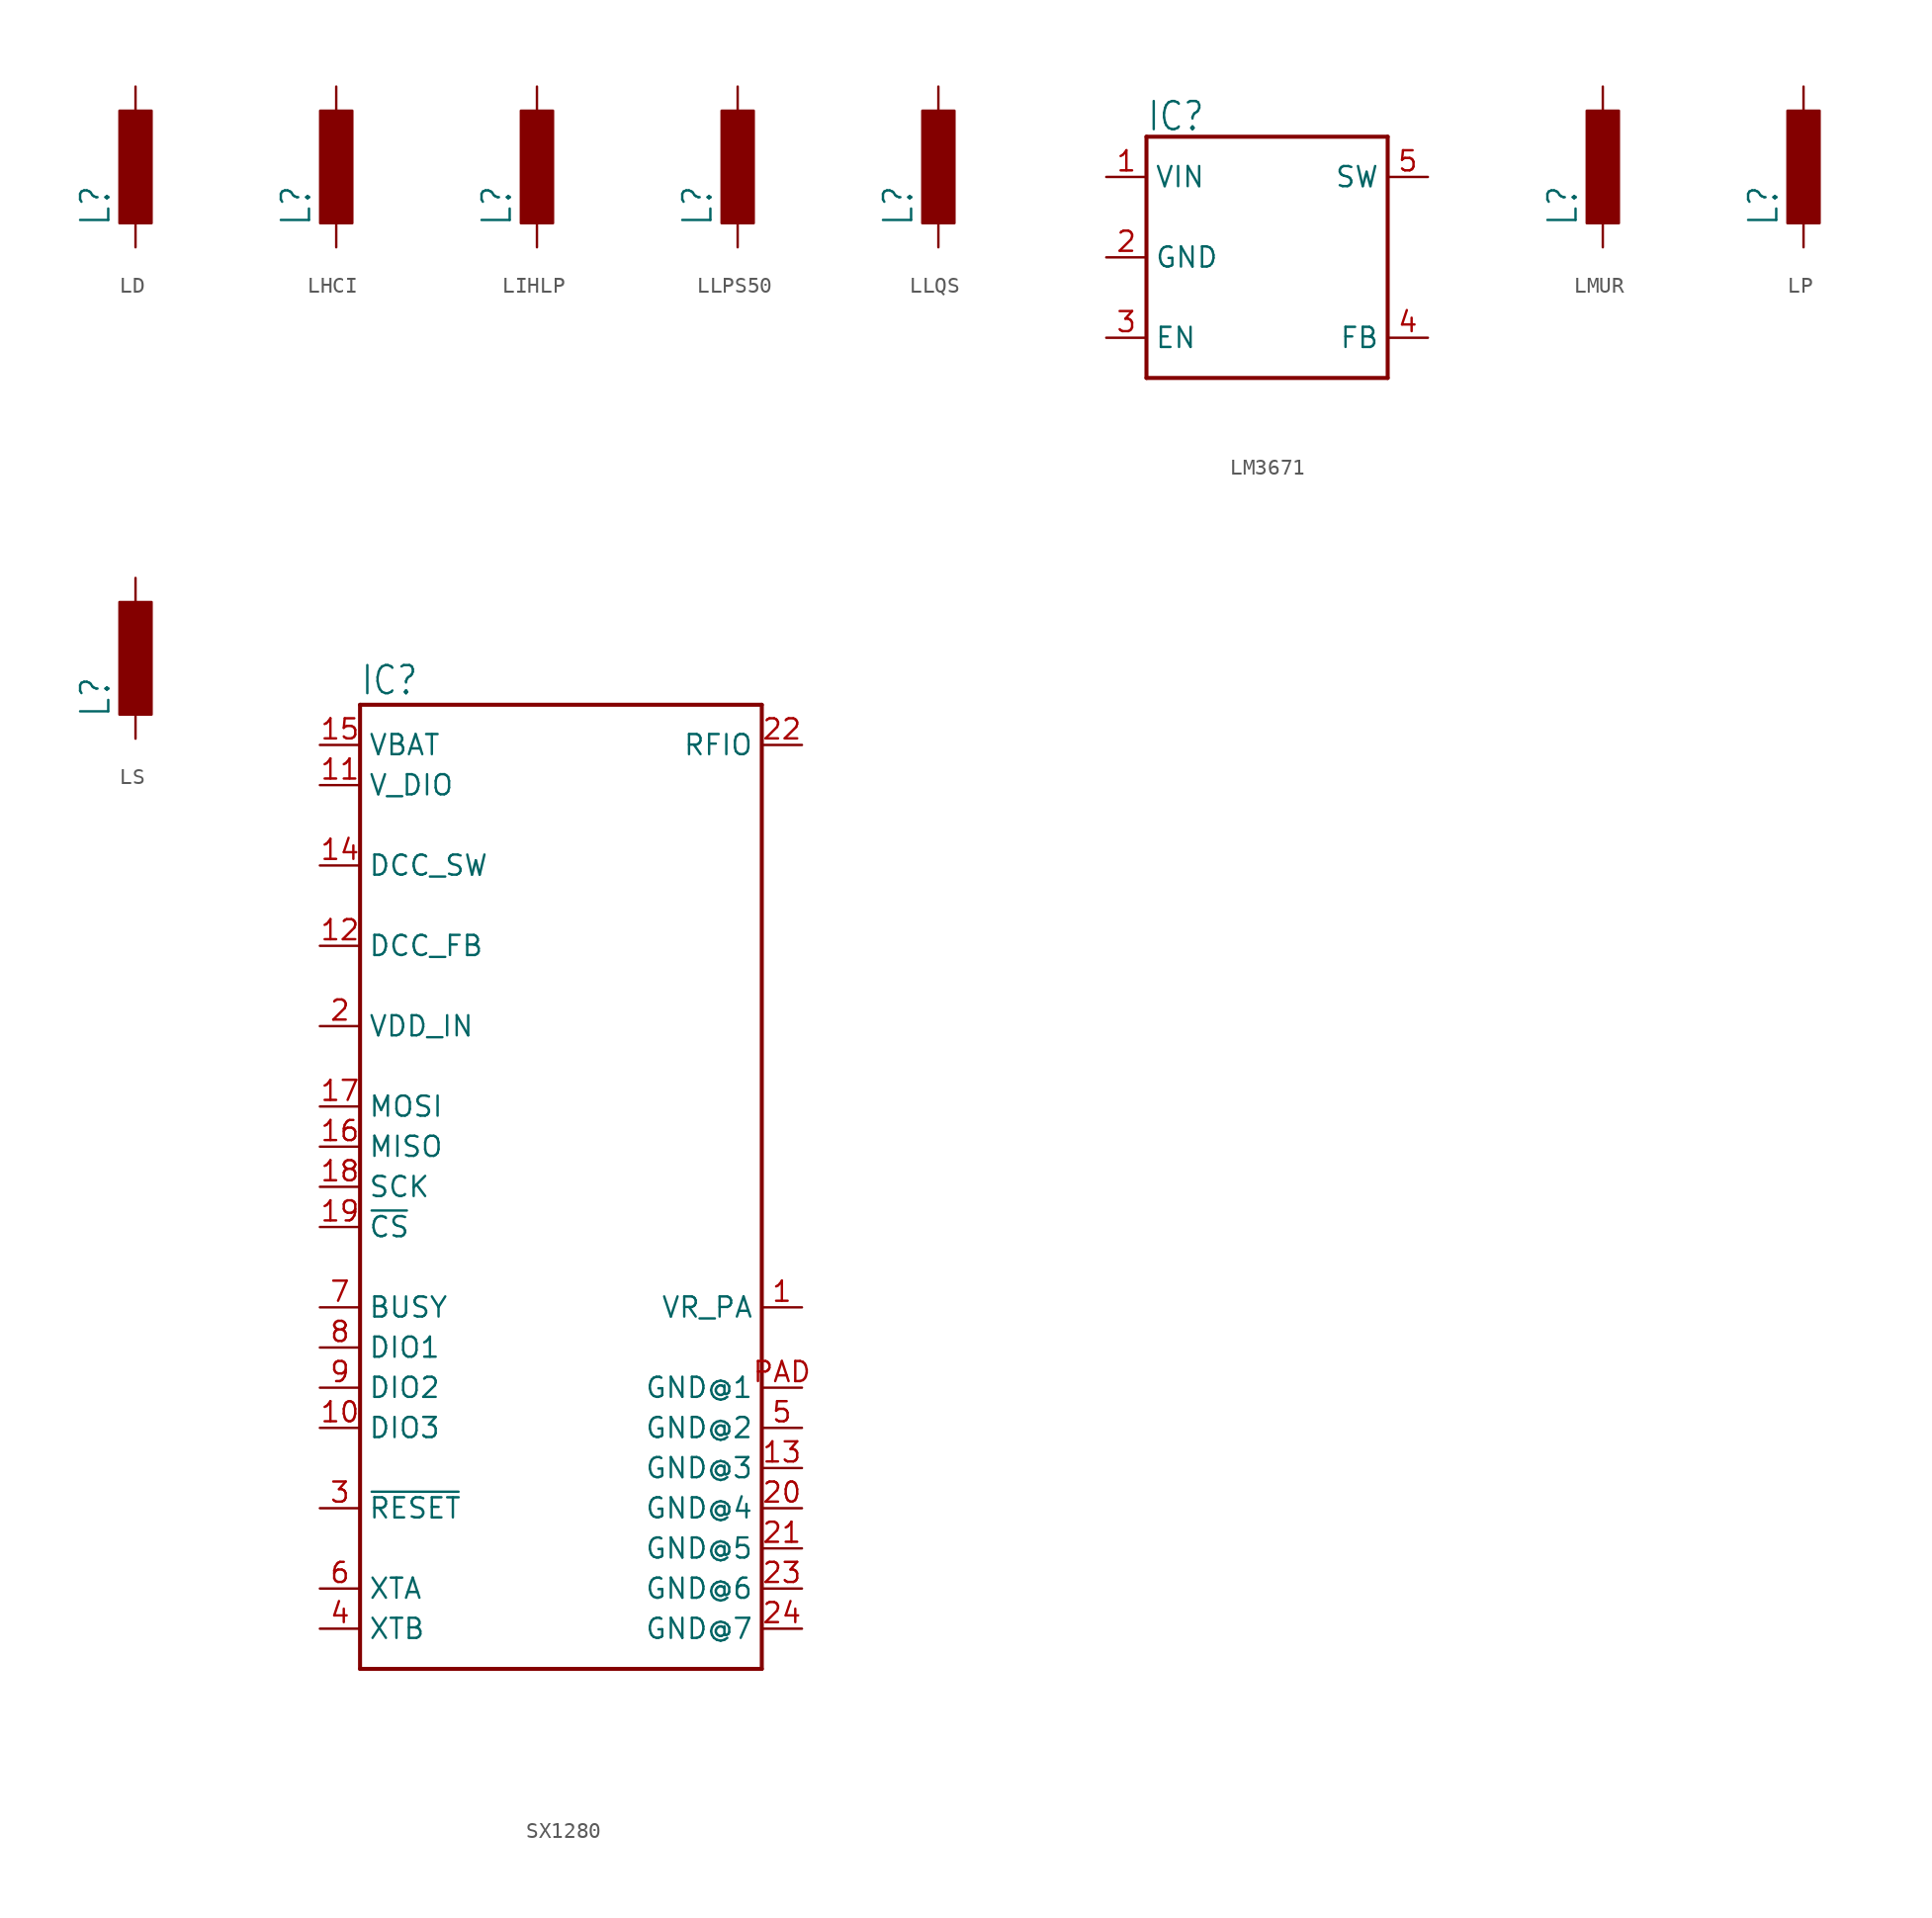
<source format=kicad_sym>
(kicad_symbol_lib
  (version 20231120)
  (generator "kicad_symbol_editor")
  (generator_version "8.0")
  (symbol "LD"
    (property "Reference" "L"
      (at -1.499 -3.81 90)
      (effects (font (size 1.778 1.511)) (justify left bottom)))
    (property "Value" ""
      (at 3.302 -3.81 90)
      (effects (font (size 1.778 1.511)) (justify left bottom)))
    (property "ki_locked" ""
      (at 0 0 0)
      (effects (font (size 1.27 1.27))))
    (symbol "LD_1_0"
      (rectangle (start -1.016 -3.556) (end 1.016 3.556) (stroke (width 0) (type default)) (fill (type outline)))
      (pin passive line (at 0 5.08 270) (length 2.54) (name "1" (effects (font (size 0 0)))) (number "P$1" (effects (font (size 0 0)))))
      (pin passive line (at 0 -5.08 90) (length 2.54) (name "2" (effects (font (size 0 0)))) (number "P$2" (effects (font (size 0 0)))))))
  (symbol "LHCI"
    (property "Reference" "L"
      (at -1.499 -3.81 90)
      (effects (font (size 1.778 1.511)) (justify left bottom)))
    (property "Value" ""
      (at 3.302 -3.81 90)
      (effects (font (size 1.778 1.511)) (justify left bottom)))
    (property "ki_locked" ""
      (at 0 0 0)
      (effects (font (size 1.27 1.27))))
    (symbol "LHCI_1_0"
      (rectangle (start -1.016 -3.556) (end 1.016 3.556) (stroke (width 0) (type default)) (fill (type outline)))
      (pin passive line (at 0 5.08 270) (length 2.54) (name "1" (effects (font (size 0 0)))) (number "1" (effects (font (size 0 0)))))
      (pin passive line (at 0 -5.08 90) (length 2.54) (name "2" (effects (font (size 0 0)))) (number "2" (effects (font (size 0 0)))))))
  (symbol "LIHLP"
    (property "Reference" "L"
      (at -1.499 -3.81 90)
      (effects (font (size 1.778 1.511)) (justify left bottom)))
    (property "Value" ""
      (at 3.302 -3.81 90)
      (effects (font (size 1.778 1.511)) (justify left bottom)))
    (property "ki_locked" ""
      (at 0 0 0)
      (effects (font (size 1.27 1.27))))
    (symbol "LIHLP_1_0"
      (rectangle (start -1.016 -3.556) (end 1.016 3.556) (stroke (width 0) (type default)) (fill (type outline)))
      (pin passive line (at 0 5.08 270) (length 2.54) (name "1" (effects (font (size 0 0)))) (number "P$1" (effects (font (size 0 0)))))
      (pin passive line (at 0 -5.08 90) (length 2.54) (name "2" (effects (font (size 0 0)))) (number "P$2" (effects (font (size 0 0)))))))
  (symbol "LLPS50"
    (property "Reference" "L"
      (at -1.499 -3.81 90)
      (effects (font (size 1.778 1.511)) (justify left bottom)))
    (property "Value" ""
      (at 3.302 -3.81 90)
      (effects (font (size 1.778 1.511)) (justify left bottom)))
    (property "ki_locked" ""
      (at 0 0 0)
      (effects (font (size 1.27 1.27))))
    (symbol "LLPS50_1_0"
      (rectangle (start -1.016 -3.556) (end 1.016 3.556) (stroke (width 0) (type default)) (fill (type outline)))
      (pin passive line (at 0 5.08 270) (length 2.54) (name "1" (effects (font (size 0 0)))) (number "1" (effects (font (size 0 0)))))
      (pin passive line (at 0 -5.08 90) (length 2.54) (name "2" (effects (font (size 0 0)))) (number "2" (effects (font (size 0 0)))))))
  (symbol "LLQS"
    (property "Reference" "L"
      (at -1.499 -3.81 90)
      (effects (font (size 1.778 1.511)) (justify left bottom)))
    (property "Value" ""
      (at 3.302 -3.81 90)
      (effects (font (size 1.778 1.511)) (justify left bottom)))
    (property "ki_locked" ""
      (at 0 0 0)
      (effects (font (size 1.27 1.27))))
    (symbol "LLQS_1_0"
      (rectangle (start -1.016 -3.556) (end 1.016 3.556) (stroke (width 0) (type default)) (fill (type outline)))
      (pin passive line (at 0 5.08 270) (length 2.54) (name "1" (effects (font (size 0 0)))) (number "1" (effects (font (size 0 0)))))
      (pin passive line (at 0 -5.08 90) (length 2.54) (name "2" (effects (font (size 0 0)))) (number "2" (effects (font (size 0 0)))))))
  (symbol "LM3671"
    (property "Reference" "IC"
      (at -7.62 7.874 0)
      (effects (font (size 1.778 1.511)) (justify left bottom)))
    (property "Value" ""
      (at -7.62 -10.16 0)
      (effects (font (size 1.778 1.511)) (justify left bottom)))
    (property "ki_locked" ""
      (at 0 0 0)
      (effects (font (size 1.27 1.27))))
    (symbol "LM3671_1_0"
      (polyline (pts (xy -7.62 -7.62) (xy -7.62 7.62)) (stroke (width 0.254) (type solid)) (fill (type none)))
      (polyline (pts (xy -7.62 7.62) (xy 7.62 7.62)) (stroke (width 0.254) (type solid)) (fill (type none)))
      (polyline (pts (xy 7.62 -7.62) (xy -7.62 -7.62)) (stroke (width 0.254) (type solid)) (fill (type none)))
      (polyline (pts (xy 7.62 7.62) (xy 7.62 -7.62)) (stroke (width 0.254) (type solid)) (fill (type none)))
      (pin bidirectional line (at -10.16 5.08 0) (length 2.54) (name "VIN" (effects (font (size 1.27 1.27)))) (number "1" (effects (font (size 1.27 1.27)))))
      (pin bidirectional line (at -10.16 0 0) (length 2.54) (name "GND" (effects (font (size 1.27 1.27)))) (number "2" (effects (font (size 1.27 1.27)))))
      (pin bidirectional line (at -10.16 -5.08 0) (length 2.54) (name "EN" (effects (font (size 1.27 1.27)))) (number "3" (effects (font (size 1.27 1.27)))))
      (pin bidirectional line (at 10.16 -5.08 180) (length 2.54) (name "FB" (effects (font (size 1.27 1.27)))) (number "4" (effects (font (size 1.27 1.27)))))
      (pin bidirectional line (at 10.16 5.08 180) (length 2.54) (name "SW" (effects (font (size 1.27 1.27)))) (number "5" (effects (font (size 1.27 1.27)))))))
  (symbol "LMUR"
    (property "Reference" "L"
      (at -1.499 -3.81 90)
      (effects (font (size 1.778 1.511)) (justify left bottom)))
    (property "Value" ""
      (at 3.302 -3.81 90)
      (effects (font (size 1.778 1.511)) (justify left bottom)))
    (property "ki_locked" ""
      (at 0 0 0)
      (effects (font (size 1.27 1.27))))
    (symbol "LMUR_1_0"
      (rectangle (start -1.016 -3.556) (end 1.016 3.556) (stroke (width 0) (type default)) (fill (type outline)))
      (pin passive line (at 0 5.08 270) (length 2.54) (name "1" (effects (font (size 0 0)))) (number "1" (effects (font (size 0 0)))))
      (pin passive line (at 0 -5.08 90) (length 2.54) (name "2" (effects (font (size 0 0)))) (number "2" (effects (font (size 0 0)))))))
  (symbol "LP"
    (property "Reference" "L"
      (at -1.499 -3.81 90)
      (effects (font (size 1.778 1.511)) (justify left bottom)))
    (property "Value" ""
      (at 3.302 -3.81 90)
      (effects (font (size 1.778 1.511)) (justify left bottom)))
    (property "ki_locked" ""
      (at 0 0 0)
      (effects (font (size 1.27 1.27))))
    (symbol "LP_1_0"
      (rectangle (start -1.016 -3.556) (end 1.016 3.556) (stroke (width 0) (type default)) (fill (type outline)))
      (pin passive line (at 0 5.08 270) (length 2.54) (name "1" (effects (font (size 0 0)))) (number "P$1" (effects (font (size 0 0)))))
      (pin passive line (at 0 -5.08 90) (length 2.54) (name "2" (effects (font (size 0 0)))) (number "P$2" (effects (font (size 0 0)))))))
  (symbol "LS"
    (property "Reference" "L"
      (at -1.499 -3.81 90)
      (effects (font (size 1.778 1.511)) (justify left bottom)))
    (property "Value" ""
      (at 3.302 -3.81 90)
      (effects (font (size 1.778 1.511)) (justify left bottom)))
    (property "ki_locked" ""
      (at 0 0 0)
      (effects (font (size 1.27 1.27))))
    (symbol "LS_1_0"
      (rectangle (start -1.016 -3.556) (end 1.016 3.556) (stroke (width 0) (type default)) (fill (type outline)))
      (pin passive line (at 0 5.08 270) (length 2.54) (name "1" (effects (font (size 0 0)))) (number "P$1" (effects (font (size 0 0)))))
      (pin passive line (at 0 -5.08 90) (length 2.54) (name "2" (effects (font (size 0 0)))) (number "P$2" (effects (font (size 0 0)))))))
  (symbol "SX1280"
    (property "Reference" "IC"
      (at -12.7 30.988 0)
      (effects (font (size 1.778 1.511)) (justify left bottom)))
    (property "Value" ""
      (at -12.7 -33.02 0)
      (effects (font (size 1.778 1.511)) (justify left bottom)))
    (property "ki_locked" ""
      (at 0 0 0)
      (effects (font (size 1.27 1.27))))
    (symbol "SX1280_1_0"
      (polyline (pts (xy -12.7 -30.48) (xy -12.7 30.48)) (stroke (width 0.254) (type solid)) (fill (type none)))
      (polyline (pts (xy -12.7 30.48) (xy 12.7 30.48)) (stroke (width 0.254) (type solid)) (fill (type none)))
      (polyline (pts (xy 12.7 -30.48) (xy -12.7 -30.48)) (stroke (width 0.254) (type solid)) (fill (type none)))
      (polyline (pts (xy 12.7 30.48) (xy 12.7 -30.48)) (stroke (width 0.254) (type solid)) (fill (type none)))
      (pin bidirectional line (at 15.24 -7.62 180) (length 2.54) (name "VR_PA" (effects (font (size 1.27 1.27)))) (number "1" (effects (font (size 1.27 1.27)))))
      (pin bidirectional line (at -15.24 -15.24 0) (length 2.54) (name "DIO3" (effects (font (size 1.27 1.27)))) (number "10" (effects (font (size 1.27 1.27)))))
      (pin bidirectional line (at -15.24 25.4 0) (length 2.54) (name "V_DIO" (effects (font (size 1.27 1.27)))) (number "11" (effects (font (size 1.27 1.27)))))
      (pin bidirectional line (at -15.24 15.24 0) (length 2.54) (name "DCC_FB" (effects (font (size 1.27 1.27)))) (number "12" (effects (font (size 1.27 1.27)))))
      (pin bidirectional line (at 15.24 -17.78 180) (length 2.54) (name "GND@3" (effects (font (size 1.27 1.27)))) (number "13" (effects (font (size 1.27 1.27)))))
      (pin bidirectional line (at -15.24 20.32 0) (length 2.54) (name "DCC_SW" (effects (font (size 1.27 1.27)))) (number "14" (effects (font (size 1.27 1.27)))))
      (pin bidirectional line (at -15.24 27.94 0) (length 2.54) (name "VBAT" (effects (font (size 1.27 1.27)))) (number "15" (effects (font (size 1.27 1.27)))))
      (pin bidirectional line (at -15.24 2.54 0) (length 2.54) (name "MISO" (effects (font (size 1.27 1.27)))) (number "16" (effects (font (size 1.27 1.27)))))
      (pin bidirectional line (at -15.24 5.08 0) (length 2.54) (name "MOSI" (effects (font (size 1.27 1.27)))) (number "17" (effects (font (size 1.27 1.27)))))
      (pin bidirectional line (at -15.24 0 0) (length 2.54) (name "SCK" (effects (font (size 1.27 1.27)))) (number "18" (effects (font (size 1.27 1.27)))))
      (pin bidirectional line (at -15.24 -2.54 0) (length 2.54) (name "~{CS}" (effects (font (size 1.27 1.27)))) (number "19" (effects (font (size 1.27 1.27)))))
      (pin bidirectional line (at -15.24 10.16 0) (length 2.54) (name "VDD_IN" (effects (font (size 1.27 1.27)))) (number "2" (effects (font (size 1.27 1.27)))))
      (pin bidirectional line (at 15.24 -20.32 180) (length 2.54) (name "GND@4" (effects (font (size 1.27 1.27)))) (number "20" (effects (font (size 1.27 1.27)))))
      (pin bidirectional line (at 15.24 -22.86 180) (length 2.54) (name "GND@5" (effects (font (size 1.27 1.27)))) (number "21" (effects (font (size 1.27 1.27)))))
      (pin bidirectional line (at 15.24 27.94 180) (length 2.54) (name "RFIO" (effects (font (size 1.27 1.27)))) (number "22" (effects (font (size 1.27 1.27)))))
      (pin bidirectional line (at 15.24 -25.4 180) (length 2.54) (name "GND@6" (effects (font (size 1.27 1.27)))) (number "23" (effects (font (size 1.27 1.27)))))
      (pin bidirectional line (at 15.24 -27.94 180) (length 2.54) (name "GND@7" (effects (font (size 1.27 1.27)))) (number "24" (effects (font (size 1.27 1.27)))))
      (pin bidirectional line (at -15.24 -20.32 0) (length 2.54) (name "~{RESET}" (effects (font (size 1.27 1.27)))) (number "3" (effects (font (size 1.27 1.27)))))
      (pin bidirectional line (at -15.24 -27.94 0) (length 2.54) (name "XTB" (effects (font (size 1.27 1.27)))) (number "4" (effects (font (size 1.27 1.27)))))
      (pin bidirectional line (at 15.24 -15.24 180) (length 2.54) (name "GND@2" (effects (font (size 1.27 1.27)))) (number "5" (effects (font (size 1.27 1.27)))))
      (pin bidirectional line (at -15.24 -25.4 0) (length 2.54) (name "XTA" (effects (font (size 1.27 1.27)))) (number "6" (effects (font (size 1.27 1.27)))))
      (pin bidirectional line (at -15.24 -7.62 0) (length 2.54) (name "BUSY" (effects (font (size 1.27 1.27)))) (number "7" (effects (font (size 1.27 1.27)))))
      (pin bidirectional line (at -15.24 -10.16 0) (length 2.54) (name "DIO1" (effects (font (size 1.27 1.27)))) (number "8" (effects (font (size 1.27 1.27)))))
      (pin bidirectional line (at -15.24 -12.7 0) (length 2.54) (name "DIO2" (effects (font (size 1.27 1.27)))) (number "9" (effects (font (size 1.27 1.27)))))
      (pin bidirectional line (at 15.24 -12.7 180) (length 2.54) (name "GND@1" (effects (font (size 1.27 1.27)))) (number "PAD" (effects (font (size 1.27 1.27))))))))
</source>
